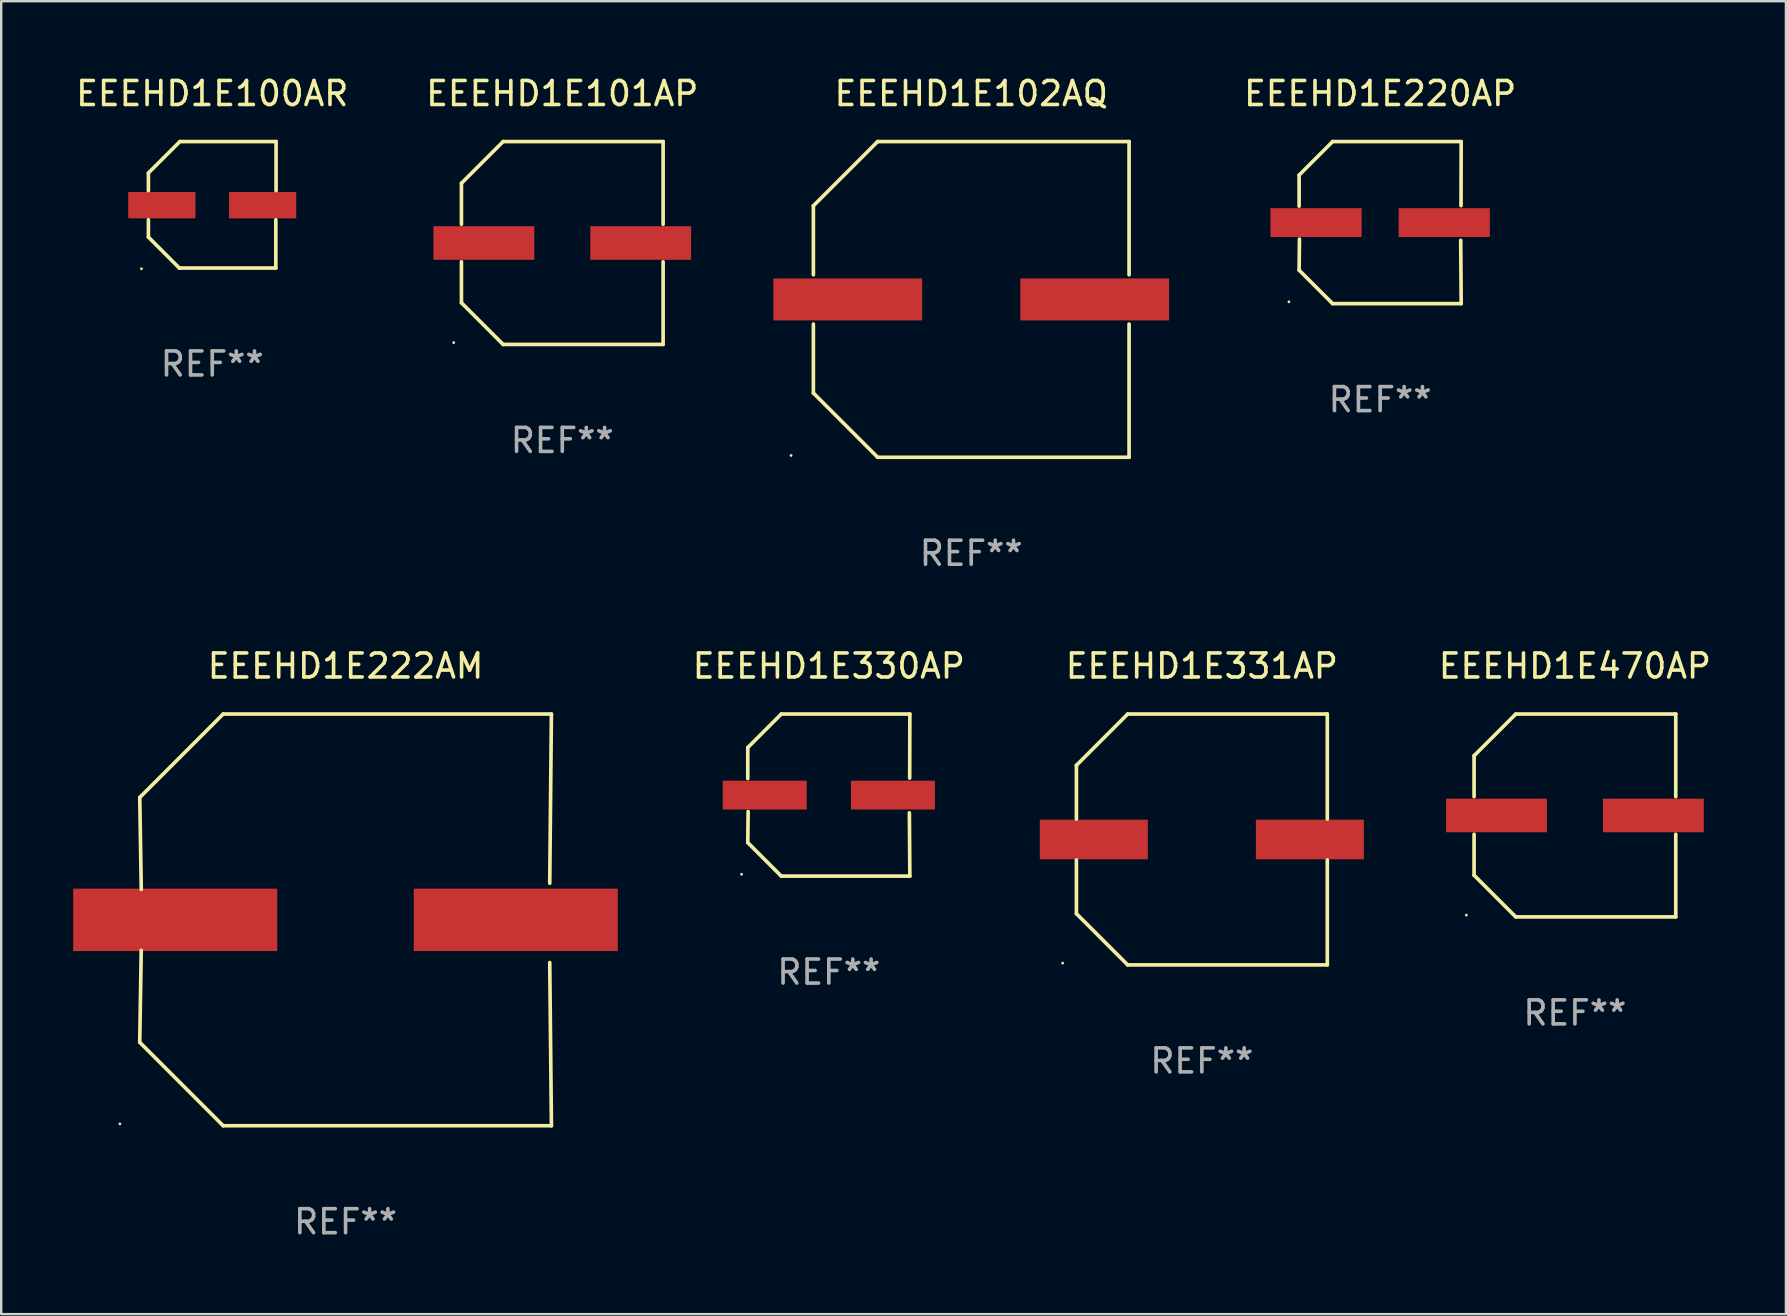
<source format=kicad_pcb>
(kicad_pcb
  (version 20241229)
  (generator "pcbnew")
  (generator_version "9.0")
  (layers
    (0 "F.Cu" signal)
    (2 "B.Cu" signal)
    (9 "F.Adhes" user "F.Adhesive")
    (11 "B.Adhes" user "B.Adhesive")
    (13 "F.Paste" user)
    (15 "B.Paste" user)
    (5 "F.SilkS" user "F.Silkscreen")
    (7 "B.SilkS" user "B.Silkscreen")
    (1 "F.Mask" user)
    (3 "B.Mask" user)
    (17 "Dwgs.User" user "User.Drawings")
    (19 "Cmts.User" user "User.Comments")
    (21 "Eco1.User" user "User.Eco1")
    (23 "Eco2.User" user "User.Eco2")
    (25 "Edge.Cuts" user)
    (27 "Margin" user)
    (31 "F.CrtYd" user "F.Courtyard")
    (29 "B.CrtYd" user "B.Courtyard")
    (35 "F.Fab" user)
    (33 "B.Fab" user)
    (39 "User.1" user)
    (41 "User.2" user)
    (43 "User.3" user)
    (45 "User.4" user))
  (footprint "EEEHD1E330AP"
    (layer "F.Cu")
    (at 31.479 30.073)
    (property "Reference" "EEEHD1E330AP" (at 0 -5.376 0) (layer "F.SilkS") (effects (font (size 1 1) (thickness 0.15))))
    (attr through_hole)
    (fp_line (start -3.376 -1.98) (end -3.376 -0.686) (stroke (width 0.152) (type solid)) (layer "F.SilkS"))
    (fp_line (start -3.376 1.981) (end -3.362 0.686) (stroke (width 0.152) (type solid)) (layer "F.SilkS"))
    (fp_line (start -1.981 3.376) (end -3.376 1.981) (stroke (width 0.152) (type solid)) (layer "F.SilkS"))
    (fp_line (start -1.98 -3.376) (end -3.376 -1.98) (stroke (width 0.152) (type solid)) (layer "F.SilkS"))
    (fp_line (start 3.356 0.74) (end 3.376 3.376) (stroke (width 0.152) (type solid)) (layer "F.SilkS"))
    (fp_line (start 3.369 -0.707) (end 3.376 -3.376) (stroke (width 0.152) (type solid)) (layer "F.SilkS"))
    (fp_line (start 3.376 3.376) (end -1.981 3.376) (stroke (width 0.152) (type solid)) (layer "F.SilkS"))
    (fp_line (start 3.376 -3.376) (end -1.98 -3.376) (stroke (width 0.152) (type solid)) (layer "F.SilkS"))
    (fp_circle (center -3.634 3.3) (end -3.604 3.3) (stroke (width 0.06) (type solid)) (fill no) (layer "F.SilkS"))
    (fp_text user "REF**" (at 0 7.376 0) (layer "F.Fab") (effects (font (size 1 1) (thickness 0.15))))
    (pad "1" smd rect (at -2.67 0.000254) (size 3.5 1.2) (layers "F.Cu" "F.Mask" "F.Paste"))
    (pad "2" smd rect (at 2.67 0.000254) (size 3.5 1.2) (layers "F.Cu" "F.Mask" "F.Paste")))
  (footprint "EEEHD1E470AP"
    (layer "F.Cu")
    (at 62.562 30.923)
    (property "Reference" "EEEHD1E470AP" (at 0 -6.226 0) (layer "F.SilkS") (effects (font (size 1 1) (thickness 0.15))))
    (attr through_hole)
    (fp_line (start -4.201 -2.49) (end -4.201 -0.782) (stroke (width 0.152) (type solid)) (layer "F.SilkS"))
    (fp_line (start -4.201 2.49) (end -4.201 0.782) (stroke (width 0.152) (type solid)) (layer "F.SilkS"))
    (fp_line (start -2.465 -4.226) (end -4.201 -2.49) (stroke (width 0.152) (type solid)) (layer "F.SilkS"))
    (fp_line (start -2.465 4.226) (end -4.201 2.49) (stroke (width 0.152) (type solid)) (layer "F.SilkS"))
    (fp_line (start 4.201 -4.226) (end -2.465 -4.226) (stroke (width 0.152) (type solid)) (layer "F.SilkS"))
    (fp_line (start 4.201 -0.782) (end 4.201 -4.226) (stroke (width 0.152) (type solid)) (layer "F.SilkS"))
    (fp_line (start 4.201 0.782) (end 4.201 4.226) (stroke (width 0.152) (type solid)) (layer "F.SilkS"))
    (fp_line (start 4.201 4.226) (end -2.465 4.226) (stroke (width 0.152) (type solid)) (layer "F.SilkS"))
    (fp_circle (center -4.524 4.15) (end -4.494 4.15) (stroke (width 0.06) (type solid)) (fill no) (layer "F.SilkS"))
    (fp_text user "REF**" (at 0 8.226 0) (layer "F.Fab") (effects (font (size 1 1) (thickness 0.15))))
    (pad "1" smd rect (at -3.267 0) (size 4.2 1.4) (layers "F.Cu" "F.Mask" "F.Paste"))
    (pad "2" smd rect (at 3.267 0) (size 4.2 1.4) (layers "F.Cu" "F.Mask" "F.Paste")))
  (footprint "EEEHD1E220AP"
    (layer "F.Cu")
    (at 54.448 6.224)
    (property "Reference" "EEEHD1E220AP" (at 0 -5.376 0) (layer "F.SilkS") (effects (font (size 1 1) (thickness 0.15))))
    (attr through_hole)
    (fp_line (start -3.376 -1.98) (end -3.376 -0.686) (stroke (width 0.152) (type solid)) (layer "F.SilkS"))
    (fp_line (start -3.376 1.981) (end -3.362 0.686) (stroke (width 0.152) (type solid)) (layer "F.SilkS"))
    (fp_line (start -1.981 3.376) (end -3.376 1.981) (stroke (width 0.152) (type solid)) (layer "F.SilkS"))
    (fp_line (start -1.98 -3.376) (end -3.376 -1.98) (stroke (width 0.152) (type solid)) (layer "F.SilkS"))
    (fp_line (start 3.356 0.74) (end 3.376 3.376) (stroke (width 0.152) (type solid)) (layer "F.SilkS"))
    (fp_line (start 3.369 -0.707) (end 3.376 -3.376) (stroke (width 0.152) (type solid)) (layer "F.SilkS"))
    (fp_line (start 3.376 3.376) (end -1.981 3.376) (stroke (width 0.152) (type solid)) (layer "F.SilkS"))
    (fp_line (start 3.376 -3.376) (end -1.98 -3.376) (stroke (width 0.152) (type solid)) (layer "F.SilkS"))
    (fp_circle (center -3.8 3.3) (end -3.77 3.3) (stroke (width 0.06) (type solid)) (fill no) (layer "F.SilkS"))
    (fp_text user "REF**" (at 0 7.376 0) (layer "F.Fab") (effects (font (size 1 1) (thickness 0.15))))
    (pad "1" smd rect (at -2.67 0.000254) (size 3.8 1.2) (layers "F.Cu" "F.Mask" "F.Paste"))
    (pad "2" smd rect (at 2.67 0.000254) (size 3.8 1.2) (layers "F.Cu" "F.Mask" "F.Paste")))
  (footprint "EEEHD1E102AQ"
    (layer "F.Cu")
    (at 37.412 9.424)
    (property "Reference" "EEEHD1E102AQ" (at 0 -8.576 0) (layer "F.SilkS") (effects (font (size 1 1) (thickness 0.15))))
    (attr through_hole)
    (fp_line (start -6.576 -3.9) (end -6.576 -1.027) (stroke (width 0.152) (type solid)) (layer "F.SilkS"))
    (fp_line (start -6.576 3.9) (end -6.576 1.027) (stroke (width 0.152) (type solid)) (layer "F.SilkS"))
    (fp_line (start -3.9 -6.576) (end -6.576 -3.9) (stroke (width 0.152) (type solid)) (layer "F.SilkS"))
    (fp_line (start -3.9 6.576) (end -6.576 3.9) (stroke (width 0.152) (type solid)) (layer "F.SilkS"))
    (fp_line (start 6.576 -6.576) (end -3.9 -6.576) (stroke (width 0.152) (type solid)) (layer "F.SilkS"))
    (fp_line (start 6.576 -1.027) (end 6.576 -6.576) (stroke (width 0.152) (type solid)) (layer "F.SilkS"))
    (fp_line (start 6.576 1.027) (end 6.576 6.576) (stroke (width 0.152) (type solid)) (layer "F.SilkS"))
    (fp_line (start 6.576 6.576) (end -3.9 6.576) (stroke (width 0.152) (type solid)) (layer "F.SilkS"))
    (fp_circle (center -7.506 6.5) (end -7.476 6.5) (stroke (width 0.06) (type solid)) (fill no) (layer "F.SilkS"))
    (fp_text user "REF**" (at 0 10.576 0) (layer "F.Fab") (effects (font (size 1 1) (thickness 0.15))))
    (pad "1" smd rect (at -5.145 0) (size 6.2 1.75) (layers "F.Cu" "F.Mask" "F.Paste"))
    (pad "2" smd rect (at 5.145 0) (size 6.2 1.75) (layers "F.Cu" "F.Mask" "F.Paste")))
  (footprint "EEEHD1E101AP"
    (layer "F.Cu")
    (at 20.375 7.074)
    (property "Reference" "EEEHD1E101AP" (at 0 -6.226 0) (layer "F.SilkS") (effects (font (size 1 1) (thickness 0.15))))
    (attr through_hole)
    (fp_line (start -4.201 -2.49) (end -4.201 -0.782) (stroke (width 0.152) (type solid)) (layer "F.SilkS"))
    (fp_line (start -4.201 2.49) (end -4.201 0.782) (stroke (width 0.152) (type solid)) (layer "F.SilkS"))
    (fp_line (start -2.465 -4.226) (end -4.201 -2.49) (stroke (width 0.152) (type solid)) (layer "F.SilkS"))
    (fp_line (start -2.465 4.226) (end -4.201 2.49) (stroke (width 0.152) (type solid)) (layer "F.SilkS"))
    (fp_line (start 4.201 -4.226) (end -2.465 -4.226) (stroke (width 0.152) (type solid)) (layer "F.SilkS"))
    (fp_line (start 4.201 -0.782) (end 4.201 -4.226) (stroke (width 0.152) (type solid)) (layer "F.SilkS"))
    (fp_line (start 4.201 0.782) (end 4.201 4.226) (stroke (width 0.152) (type solid)) (layer "F.SilkS"))
    (fp_line (start 4.201 4.226) (end -2.465 4.226) (stroke (width 0.152) (type solid)) (layer "F.SilkS"))
    (fp_circle (center -4.524 4.15) (end -4.494 4.15) (stroke (width 0.06) (type solid)) (fill no) (layer "F.SilkS"))
    (fp_text user "REF**" (at 0 8.226 0) (layer "F.Fab") (effects (font (size 1 1) (thickness 0.15))))
    (pad "1" smd rect (at -3.267 0) (size 4.2 1.4) (layers "F.Cu" "F.Mask" "F.Paste"))
    (pad "2" smd rect (at 3.267 0) (size 4.2 1.4) (layers "F.Cu" "F.Mask" "F.Paste")))
  (footprint "EEEHD1E100AR"
    (layer "F.Cu")
    (at 5.792 5.482)
    (property "Reference" "EEEHD1E100AR" (at 0 -4.634 0) (layer "F.SilkS") (effects (font (size 1 1) (thickness 0.15))))
    (attr through_hole)
    (fp_line (start -2.659 -1.326) (end -2.659 -0.592) (stroke (width 0.152) (type solid)) (layer "F.SilkS"))
    (fp_line (start -2.659 1.346) (end -2.659 0.622) (stroke (width 0.152) (type solid)) (layer "F.SilkS"))
    (fp_line (start -1.372 2.634) (end -2.659 1.346) (stroke (width 0.152) (type solid)) (layer "F.SilkS"))
    (fp_line (start -1.349 -2.634) (end -2.659 -1.326) (stroke (width 0.152) (type solid)) (layer "F.SilkS"))
    (fp_line (start 2.649 0.622) (end 2.649 2.634) (stroke (width 0.152) (type solid)) (layer "F.SilkS"))
    (fp_line (start 2.649 2.634) (end -1.372 2.634) (stroke (width 0.152) (type solid)) (layer "F.SilkS"))
    (fp_line (start 2.659 -2.634) (end -1.349 -2.634) (stroke (width 0.152) (type solid)) (layer "F.SilkS"))
    (fp_line (start 2.659 -0.592) (end 2.659 -2.634) (stroke (width 0.152) (type solid)) (layer "F.SilkS"))
    (fp_circle (center -2.95 2.665) (end -2.92 2.665) (stroke (width 0.06) (type solid)) (fill no) (layer "F.SilkS"))
    (fp_text user "REF**" (at 0 6.634 0) (layer "F.Fab") (effects (font (size 1 1) (thickness 0.15))))
    (pad "1" smd rect (at -2.1 0.015) (size 2.8 1.1) (layers "F.Cu" "F.Mask" "F.Paste"))
    (pad "2" smd rect (at 2.1 0.015) (size 2.8 1.1) (layers "F.Cu" "F.Mask" "F.Paste")))
  (footprint "EEEHD1E331AP"
    (layer "F.Cu")
    (at 47.02 31.923)
    (property "Reference" "EEEHD1E331AP" (at 0 -7.226 0) (layer "F.SilkS") (effects (font (size 1 1) (thickness 0.15))))
    (attr through_hole)
    (fp_line (start -5.226 -3.09) (end -5.226 -0.852) (stroke (width 0.152) (type solid)) (layer "F.SilkS"))
    (fp_line (start -5.226 3.09) (end -5.226 0.852) (stroke (width 0.152) (type solid)) (layer "F.SilkS"))
    (fp_line (start -3.09 -5.226) (end -5.226 -3.09) (stroke (width 0.152) (type solid)) (layer "F.SilkS"))
    (fp_line (start -3.09 5.226) (end -5.226 3.09) (stroke (width 0.152) (type solid)) (layer "F.SilkS"))
    (fp_line (start 5.226 -5.226) (end -3.09 -5.226) (stroke (width 0.152) (type solid)) (layer "F.SilkS"))
    (fp_line (start 5.226 -0.852) (end 5.226 -5.226) (stroke (width 0.152) (type solid)) (layer "F.SilkS"))
    (fp_line (start 5.226 0.852) (end 5.226 5.226) (stroke (width 0.152) (type solid)) (layer "F.SilkS"))
    (fp_line (start 5.226 5.226) (end -3.09 5.226) (stroke (width 0.152) (type solid)) (layer "F.SilkS"))
    (fp_circle (center -5.8 5.15) (end -5.77 5.15) (stroke (width 0.06) (type solid)) (fill no) (layer "F.SilkS"))
    (fp_text user "REF**" (at 0 9.226 0) (layer "F.Fab") (effects (font (size 1 1) (thickness 0.15))))
    (pad "1" smd rect (at -4.5 0) (size 4.5 1.65) (layers "F.Cu" "F.Mask" "F.Paste"))
    (pad "2" smd rect (at 4.5 0) (size 4.5 1.65) (layers "F.Cu" "F.Mask" "F.Paste")))
  (footprint "EEEHD1E222AM"
    (layer "F.Cu")
    (at 11.347 35.273)
    (property "Reference" "EEEHD1E222AM" (at 0 -10.576 0) (layer "F.SilkS") (effects (font (size 1 1) (thickness 0.15))))
    (attr through_hole)
    (fp_line (start -8.576 5.099) (end -8.513 1.269) (stroke (width 0.152) (type solid)) (layer "F.SilkS"))
    (fp_line (start -8.575 -5.101) (end -8.512 -1.271) (stroke (width 0.152) (type solid)) (layer "F.SilkS"))
    (fp_line (start -5.1 -8.576) (end -8.575 -5.101) (stroke (width 0.152) (type solid)) (layer "F.SilkS"))
    (fp_line (start -5.1 8.576) (end -8.576 5.099) (stroke (width 0.152) (type solid)) (layer "F.SilkS"))
    (fp_line (start 8.505 -1.525) (end 8.575 -8.576) (stroke (width 0.152) (type solid)) (layer "F.SilkS"))
    (fp_line (start 8.505 1.777) (end 8.576 8.576) (stroke (width 0.152) (type solid)) (layer "F.SilkS"))
    (fp_line (start 8.575 -8.576) (end -5.1 -8.576) (stroke (width 0.152) (type solid)) (layer "F.SilkS"))
    (fp_line (start 8.576 8.576) (end -5.1 8.576) (stroke (width 0.152) (type solid)) (layer "F.SilkS"))
    (fp_circle (center -9.402 8.499) (end -9.372 8.499) (stroke (width 0.06) (type solid)) (fill no) (layer "F.SilkS"))
    (fp_text user "REF**" (at 0 12.576 0) (layer "F.Fab") (effects (font (size 1 1) (thickness 0.15))))
    (pad "1" smd rect (at -7.097 -0.001) (size 8.5 2.6) (layers "F.Cu" "F.Mask" "F.Paste"))
    (pad "2" smd rect (at 7.09 -0.001) (size 8.5 2.6) (layers "F.Cu" "F.Mask" "F.Paste")))
  (gr_rect
    (start -3 -3)
    (end 71.353 51.697)
    (stroke (width 0.1) (type default))
    (fill no)
    (layer "Edge.Cuts")))
</source>
